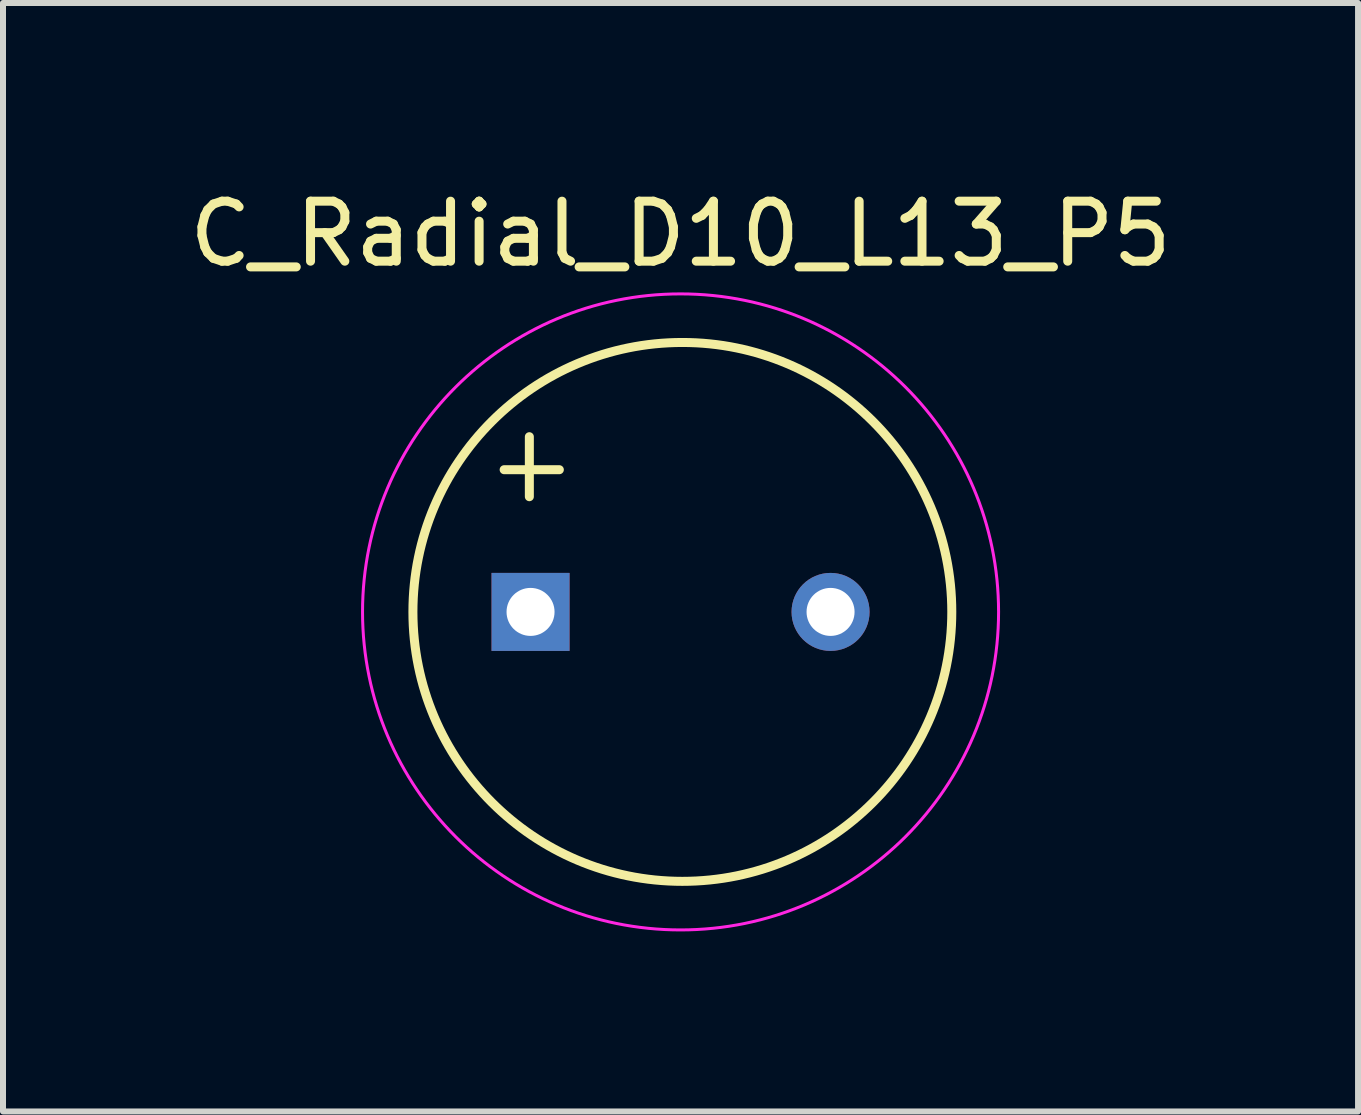
<source format=kicad_pcb>
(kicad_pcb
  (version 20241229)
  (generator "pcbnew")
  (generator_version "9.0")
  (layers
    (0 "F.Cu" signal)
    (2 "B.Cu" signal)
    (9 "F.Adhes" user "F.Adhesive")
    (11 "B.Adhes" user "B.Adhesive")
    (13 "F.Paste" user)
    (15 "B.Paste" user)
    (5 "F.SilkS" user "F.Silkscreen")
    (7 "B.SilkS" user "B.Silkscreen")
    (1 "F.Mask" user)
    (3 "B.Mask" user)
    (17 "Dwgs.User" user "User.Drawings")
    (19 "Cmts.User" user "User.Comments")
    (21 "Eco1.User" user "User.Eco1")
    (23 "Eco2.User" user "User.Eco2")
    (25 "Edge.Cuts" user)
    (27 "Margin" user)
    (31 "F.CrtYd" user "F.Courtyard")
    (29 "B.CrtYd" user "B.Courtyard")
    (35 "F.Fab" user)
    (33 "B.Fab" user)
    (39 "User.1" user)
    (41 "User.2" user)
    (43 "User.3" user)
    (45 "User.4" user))
  (footprint "C_Radial_D10_L13_P5"
    (layer "F.Cu")
    (at 5.792 7.148)
    (property "Reference" "C_Radial_D10_L13_P5" (at 2.5 -6.3 0) (layer "F.SilkS") (effects (font (size 1 1) (thickness 0.15))))
    (attr through_hole)
    (fp_line (start -0.44 -2.37) (end 0.48 -2.37) (stroke (width 0.15) (type solid)) (layer "F.SilkS"))
    (fp_line (start -0.02 -2.92) (end -0.02 -1.92) (stroke (width 0.15) (type solid)) (layer "F.SilkS"))
    (fp_circle (center 2.53 0) (end 7.02 -0.06) (stroke (width 0.15) (type solid)) (fill no) (layer "F.SilkS"))
    (fp_circle (center 2.5 0) (end 2.5 -5.3) (stroke (width 0.05) (type solid)) (fill no) (layer "F.CrtYd"))
    (pad "1" thru_hole rect (at 0 0) (size 1.3 1.3) (drill 0.8) (layers "*.Cu" "*.Mask"))
    (pad "2" thru_hole circle (at 5 0) (size 1.3 1.3) (drill 0.8) (layers "*.Cu" "*.Mask")))
  (gr_rect
    (start -3 -3)
    (end 19.583 15.473)
    (stroke (width 0.1) (type default))
    (fill no)
    (layer "Edge.Cuts")))
</source>
